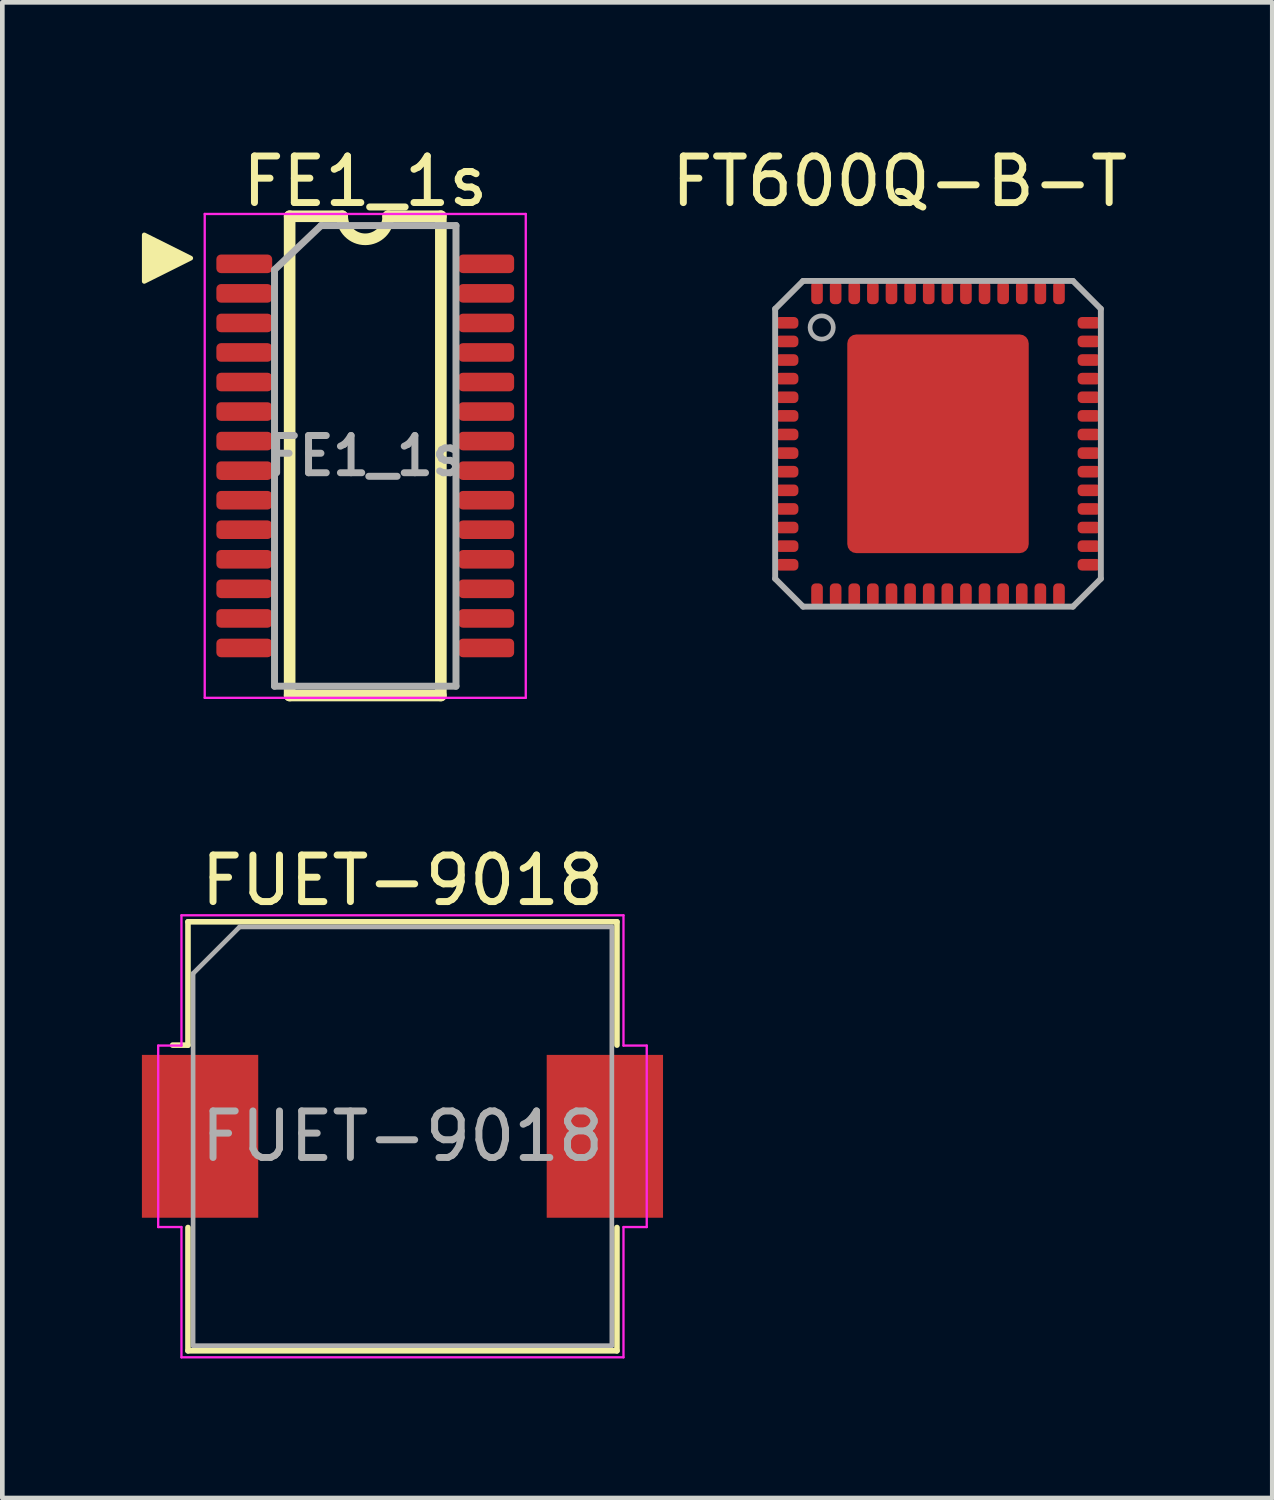
<source format=kicad_pcb>
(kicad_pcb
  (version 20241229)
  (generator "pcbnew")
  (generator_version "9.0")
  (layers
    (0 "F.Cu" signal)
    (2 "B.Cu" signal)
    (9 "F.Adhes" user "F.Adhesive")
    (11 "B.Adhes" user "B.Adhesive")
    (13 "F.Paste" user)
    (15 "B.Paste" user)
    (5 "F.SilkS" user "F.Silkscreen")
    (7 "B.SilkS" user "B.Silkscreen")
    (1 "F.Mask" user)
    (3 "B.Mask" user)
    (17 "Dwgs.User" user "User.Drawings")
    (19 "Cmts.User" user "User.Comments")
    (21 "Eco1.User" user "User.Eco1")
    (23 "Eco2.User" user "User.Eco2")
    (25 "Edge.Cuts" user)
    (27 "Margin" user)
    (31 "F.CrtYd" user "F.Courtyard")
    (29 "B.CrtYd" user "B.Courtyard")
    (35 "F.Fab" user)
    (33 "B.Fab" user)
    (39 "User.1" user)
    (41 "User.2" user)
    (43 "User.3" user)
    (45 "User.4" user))
  (footprint "FUET-9018"
    (layer "F.Cu")
    (at 5.6 21.372)
    (property "Reference" "FUET-9018" (at 0 -5.5 0) (layer "F.SilkS") (effects (font (size 1 1) (thickness 0.15))))
    (attr smd)
    (fp_line (start -4.61 -4.61) (end 4.61 -4.61) (stroke (width 0.12) (type solid)) (layer "F.SilkS"))
    (fp_line (start -4.61 -1.96) (end -4.94 -1.96) (stroke (width 0.12) (type solid)) (layer "F.SilkS"))
    (fp_line (start -4.61 -1.96) (end -4.61 -4.61) (stroke (width 0.12) (type solid)) (layer "F.SilkS"))
    (fp_line (start -4.61 4.61) (end -4.61 1.96) (stroke (width 0.12) (type solid)) (layer "F.SilkS"))
    (fp_line (start 4.61 -4.61) (end 4.61 -1.96) (stroke (width 0.12) (type solid)) (layer "F.SilkS"))
    (fp_line (start 4.61 1.96) (end 4.61 4.61) (stroke (width 0.12) (type solid)) (layer "F.SilkS"))
    (fp_line (start 4.61 4.61) (end -4.61 4.61) (stroke (width 0.12) (type solid)) (layer "F.SilkS"))
    (fp_line (start -5.25 1.95) (end -5.25 -1.95) (stroke (width 0.05) (type solid)) (layer "F.CrtYd"))
    (fp_line (start -4.75 -4.75) (end 4.75 -4.75) (stroke (width 0.05) (type solid)) (layer "F.CrtYd"))
    (fp_line (start -4.75 -1.95) (end -5.25 -1.95) (stroke (width 0.05) (type solid)) (layer "F.CrtYd"))
    (fp_line (start -4.75 -1.95) (end -4.75 -4.75) (stroke (width 0.05) (type solid)) (layer "F.CrtYd"))
    (fp_line (start -4.75 1.95) (end -5.25 1.95) (stroke (width 0.05) (type solid)) (layer "F.CrtYd"))
    (fp_line (start -4.75 4.75) (end -4.75 1.95) (stroke (width 0.05) (type solid)) (layer "F.CrtYd"))
    (fp_line (start 4.75 -1.95) (end 4.75 -4.75) (stroke (width 0.05) (type solid)) (layer "F.CrtYd"))
    (fp_line (start 4.75 -1.95) (end 5.25 -1.95) (stroke (width 0.05) (type solid)) (layer "F.CrtYd"))
    (fp_line (start 4.75 1.95) (end 5.25 1.95) (stroke (width 0.05) (type solid)) (layer "F.CrtYd"))
    (fp_line (start 4.75 4.75) (end -4.75 4.75) (stroke (width 0.05) (type solid)) (layer "F.CrtYd"))
    (fp_line (start 4.75 4.75) (end 4.75 1.95) (stroke (width 0.05) (type solid)) (layer "F.CrtYd"))
    (fp_line (start 5.25 1.95) (end 5.25 -1.95) (stroke (width 0.05) (type solid)) (layer "F.CrtYd"))
    (fp_line (start -4.5 -3.5) (end -3.5 -4.5) (stroke (width 0.1) (type solid)) (layer "F.Fab"))
    (fp_line (start -4.5 4.5) (end -4.5 -3.5) (stroke (width 0.1) (type solid)) (layer "F.Fab"))
    (fp_line (start -3.5 -4.5) (end 4.5 -4.5) (stroke (width 0.1) (type solid)) (layer "F.Fab"))
    (fp_line (start 4.5 -4.5) (end 4.5 4.5) (stroke (width 0.1) (type solid)) (layer "F.Fab"))
    (fp_line (start 4.5 4.5) (end -4.5 4.5) (stroke (width 0.1) (type solid)) (layer "F.Fab"))
    (fp_text user "${REFERENCE}" (at 0 0 0) (layer "F.Fab") (effects (font (size 1 1) (thickness 0.15))))
    (pad "1" smd rect (at -4.35 0) (size 2.5 3.5) (layers "F.Cu" "F.Mask" "F.Paste"))
    (pad "2" smd rect (at 4.35 0) (size 2.5 3.5) (layers "F.Cu" "F.Mask" "F.Paste")))
  (footprint "FT600Q-B-T"
    (layer "F.Cu")
    (at 17.11 6.488)
    (property "Reference" "FT600Q-B-T" (at -0.826 -5.639 0) (layer "F.SilkS") (effects (font (size 1.001 1.001) (thickness 0.15))))
    (attr smd)
    (fp_line (start -3.5 -2.9) (end -3.5 2.9) (stroke (width 0.127) (type solid)) (layer "F.Fab"))
    (fp_line (start -3.5 2.9) (end -2.9 3.5) (stroke (width 0.127) (type solid)) (layer "F.Fab"))
    (fp_line (start -2.9 -3.5) (end -3.5 -2.9) (stroke (width 0.127) (type solid)) (layer "F.Fab"))
    (fp_line (start -2.9 3.5) (end 2.9 3.5) (stroke (width 0.127) (type solid)) (layer "F.Fab"))
    (fp_line (start 2.9 -3.5) (end -2.9 -3.5) (stroke (width 0.127) (type solid)) (layer "F.Fab"))
    (fp_line (start 2.9 -3.5) (end 3.5 -2.9) (stroke (width 0.127) (type solid)) (layer "F.Fab"))
    (fp_line (start 3.5 2.9) (end 2.9 3.5) (stroke (width 0.127) (type solid)) (layer "F.Fab"))
    (fp_line (start 3.5 2.9) (end 3.5 -2.9) (stroke (width 0.127) (type solid)) (layer "F.Fab"))
    (fp_circle (center -2.5 -2.5) (end -2.25 -2.5) (stroke (width 0.1) (type solid)) (fill no) (layer "F.Fab"))
    (pad "1" smd roundrect (at -3.25 -2.6) (size 0.5 0.25) (layers "F.Cu" "F.Mask" "F.Paste") (roundrect_rratio 0.375))
    (pad "2" smd roundrect (at -3.25 -2.2) (size 0.5 0.25) (layers "F.Cu" "F.Mask" "F.Paste") (roundrect_rratio 0.375))
    (pad "3" smd roundrect (at -3.25 -1.8) (size 0.5 0.25) (layers "F.Cu" "F.Mask" "F.Paste") (roundrect_rratio 0.375))
    (pad "4" smd roundrect (at -3.25 -1.4) (size 0.5 0.25) (layers "F.Cu" "F.Mask" "F.Paste") (roundrect_rratio 0.375))
    (pad "5" smd roundrect (at -3.25 -1) (size 0.5 0.25) (layers "F.Cu" "F.Mask" "F.Paste") (roundrect_rratio 0.375))
    (pad "6" smd roundrect (at -3.25 -0.6) (size 0.5 0.25) (layers "F.Cu" "F.Mask" "F.Paste") (roundrect_rratio 0.375))
    (pad "7" smd roundrect (at -3.25 -0.2) (size 0.5 0.25) (layers "F.Cu" "F.Mask" "F.Paste") (roundrect_rratio 0.375))
    (pad "8" smd roundrect (at -3.25 0.2) (size 0.5 0.25) (layers "F.Cu" "F.Mask" "F.Paste") (roundrect_rratio 0.375))
    (pad "9" smd roundrect (at -3.25 0.6) (size 0.5 0.25) (layers "F.Cu" "F.Mask" "F.Paste") (roundrect_rratio 0.375))
    (pad "10" smd roundrect (at -3.25 1) (size 0.5 0.25) (layers "F.Cu" "F.Mask" "F.Paste") (roundrect_rratio 0.375))
    (pad "11" smd roundrect (at -3.25 1.4) (size 0.5 0.25) (layers "F.Cu" "F.Mask" "F.Paste") (roundrect_rratio 0.375))
    (pad "12" smd roundrect (at -3.25 1.8) (size 0.5 0.25) (layers "F.Cu" "F.Mask" "F.Paste") (roundrect_rratio 0.375))
    (pad "13" smd roundrect (at -3.25 2.2) (size 0.5 0.25) (layers "F.Cu" "F.Mask" "F.Paste") (roundrect_rratio 0.375))
    (pad "14" smd roundrect (at -3.25 2.6) (size 0.5 0.25) (layers "F.Cu" "F.Mask" "F.Paste") (roundrect_rratio 0.375))
    (pad "15" smd roundrect (at -2.6 3.25 90) (size 0.5 0.25) (layers "F.Cu" "F.Mask" "F.Paste") (roundrect_rratio 0.375))
    (pad "16" smd roundrect (at -2.2 3.25 90) (size 0.5 0.25) (layers "F.Cu" "F.Mask" "F.Paste") (roundrect_rratio 0.375))
    (pad "17" smd roundrect (at -1.8 3.25 90) (size 0.5 0.25) (layers "F.Cu" "F.Mask" "F.Paste") (roundrect_rratio 0.375))
    (pad "18" smd roundrect (at -1.4 3.25 90) (size 0.5 0.25) (layers "F.Cu" "F.Mask" "F.Paste") (roundrect_rratio 0.375))
    (pad "19" smd roundrect (at -1 3.25 90) (size 0.5 0.25) (layers "F.Cu" "F.Mask" "F.Paste") (roundrect_rratio 0.375))
    (pad "20" smd roundrect (at -0.6 3.25 90) (size 0.5 0.25) (layers "F.Cu" "F.Mask" "F.Paste") (roundrect_rratio 0.375))
    (pad "21" smd roundrect (at -0.2 3.25 90) (size 0.5 0.25) (layers "F.Cu" "F.Mask" "F.Paste") (roundrect_rratio 0.375))
    (pad "22" smd roundrect (at 0.2 3.25 90) (size 0.5 0.25) (layers "F.Cu" "F.Mask" "F.Paste") (roundrect_rratio 0.375))
    (pad "23" smd roundrect (at 0.6 3.25 90) (size 0.5 0.25) (layers "F.Cu" "F.Mask" "F.Paste") (roundrect_rratio 0.375))
    (pad "24" smd roundrect (at 1 3.25 90) (size 0.5 0.25) (layers "F.Cu" "F.Mask" "F.Paste") (roundrect_rratio 0.375))
    (pad "25" smd roundrect (at 1.4 3.25 90) (size 0.5 0.25) (layers "F.Cu" "F.Mask" "F.Paste") (roundrect_rratio 0.375))
    (pad "26" smd roundrect (at 1.8 3.25 90) (size 0.5 0.25) (layers "F.Cu" "F.Mask" "F.Paste") (roundrect_rratio 0.375))
    (pad "27" smd roundrect (at 2.2 3.25 90) (size 0.5 0.25) (layers "F.Cu" "F.Mask" "F.Paste") (roundrect_rratio 0.375))
    (pad "28" smd roundrect (at 2.6 3.25 90) (size 0.5 0.25) (layers "F.Cu" "F.Mask" "F.Paste") (roundrect_rratio 0.375))
    (pad "29" smd roundrect (at 3.25 2.6 180) (size 0.5 0.25) (layers "F.Cu" "F.Mask" "F.Paste") (roundrect_rratio 0.375))
    (pad "30" smd roundrect (at 3.25 2.2 180) (size 0.5 0.25) (layers "F.Cu" "F.Mask" "F.Paste") (roundrect_rratio 0.375))
    (pad "31" smd roundrect (at 3.25 1.8 180) (size 0.5 0.25) (layers "F.Cu" "F.Mask" "F.Paste") (roundrect_rratio 0.375))
    (pad "32" smd roundrect (at 3.25 1.4 180) (size 0.5 0.25) (layers "F.Cu" "F.Mask" "F.Paste") (roundrect_rratio 0.375))
    (pad "33" smd roundrect (at 3.25 1 180) (size 0.5 0.25) (layers "F.Cu" "F.Mask" "F.Paste") (roundrect_rratio 0.375))
    (pad "34" smd roundrect (at 3.25 0.6 180) (size 0.5 0.25) (layers "F.Cu" "F.Mask" "F.Paste") (roundrect_rratio 0.375))
    (pad "35" smd roundrect (at 3.25 0.2 180) (size 0.5 0.25) (layers "F.Cu" "F.Mask" "F.Paste") (roundrect_rratio 0.375))
    (pad "36" smd roundrect (at 3.25 -0.2 180) (size 0.5 0.25) (layers "F.Cu" "F.Mask" "F.Paste") (roundrect_rratio 0.375))
    (pad "37" smd roundrect (at 3.25 -0.6 180) (size 0.5 0.25) (layers "F.Cu" "F.Mask" "F.Paste") (roundrect_rratio 0.375))
    (pad "38" smd roundrect (at 3.25 -1 180) (size 0.5 0.25) (layers "F.Cu" "F.Mask" "F.Paste") (roundrect_rratio 0.375))
    (pad "39" smd roundrect (at 3.25 -1.4 180) (size 0.5 0.25) (layers "F.Cu" "F.Mask" "F.Paste") (roundrect_rratio 0.375))
    (pad "40" smd roundrect (at 3.25 -1.8 180) (size 0.5 0.25) (layers "F.Cu" "F.Mask" "F.Paste") (roundrect_rratio 0.375))
    (pad "41" smd roundrect (at 3.25 -2.2 180) (size 0.5 0.25) (layers "F.Cu" "F.Mask" "F.Paste") (roundrect_rratio 0.375))
    (pad "42" smd roundrect (at 3.25 -2.6 180) (size 0.5 0.25) (layers "F.Cu" "F.Mask" "F.Paste") (roundrect_rratio 0.375))
    (pad "43" smd roundrect (at 2.6 -3.25 270) (size 0.5 0.25) (layers "F.Cu" "F.Mask" "F.Paste") (roundrect_rratio 0.375))
    (pad "44" smd roundrect (at 2.2 -3.25 270) (size 0.5 0.25) (layers "F.Cu" "F.Mask" "F.Paste") (roundrect_rratio 0.375))
    (pad "45" smd roundrect (at 1.8 -3.25 270) (size 0.5 0.25) (layers "F.Cu" "F.Mask" "F.Paste") (roundrect_rratio 0.375))
    (pad "46" smd roundrect (at 1.4 -3.25 270) (size 0.5 0.25) (layers "F.Cu" "F.Mask" "F.Paste") (roundrect_rratio 0.375))
    (pad "47" smd roundrect (at 1 -3.25 270) (size 0.5 0.25) (layers "F.Cu" "F.Mask" "F.Paste") (roundrect_rratio 0.375))
    (pad "48" smd roundrect (at 0.6 -3.25 270) (size 0.5 0.25) (layers "F.Cu" "F.Mask" "F.Paste") (roundrect_rratio 0.375))
    (pad "49" smd roundrect (at 0.2 -3.25 270) (size 0.5 0.25) (layers "F.Cu" "F.Mask" "F.Paste") (roundrect_rratio 0.375))
    (pad "50" smd roundrect (at -0.2 -3.25 270) (size 0.5 0.25) (layers "F.Cu" "F.Mask" "F.Paste") (roundrect_rratio 0.375))
    (pad "51" smd roundrect (at -0.6 -3.25 270) (size 0.5 0.25) (layers "F.Cu" "F.Mask" "F.Paste") (roundrect_rratio 0.375))
    (pad "52" smd roundrect (at -1 -3.25 270) (size 0.5 0.25) (layers "F.Cu" "F.Mask" "F.Paste") (roundrect_rratio 0.375))
    (pad "53" smd roundrect (at -1.4 -3.25 270) (size 0.5 0.25) (layers "F.Cu" "F.Mask" "F.Paste") (roundrect_rratio 0.375))
    (pad "54" smd roundrect (at -1.8 -3.25 270) (size 0.5 0.25) (layers "F.Cu" "F.Mask" "F.Paste") (roundrect_rratio 0.375))
    (pad "55" smd roundrect (at -2.2 -3.25 270) (size 0.5 0.25) (layers "F.Cu" "F.Mask" "F.Paste") (roundrect_rratio 0.375))
    (pad "56" smd roundrect (at -2.6 -3.25 270) (size 0.5 0.25) (layers "F.Cu" "F.Mask" "F.Paste") (roundrect_rratio 0.375))
    (pad "PAD" smd roundrect (at 0 0) (size 3.9 4.7) (layers "F.Cu" "F.Mask" "F.Paste") (roundrect_rratio 0.05)))
  (footprint "FE1_1s"
    (layer "F.Cu")
    (at 4.8 6.748)
    (property "Reference" "FE1_1s" (at 0 -5.9 0) (layer "F.SilkS") (effects (font (size 1 1) (thickness 0.15))))
    (attr smd)
    (fp_line (start -1.625 -5.15) (end -1.625 5.15) (stroke (width 0.25) (type solid)) (layer "F.SilkS"))
    (fp_line (start -1.625 5.15) (end 1.625 5.15) (stroke (width 0.25) (type solid)) (layer "F.SilkS"))
    (fp_line (start -0.495 -5.15) (end -1.625 -5.15) (stroke (width 0.25) (type solid)) (layer "F.SilkS"))
    (fp_line (start 1.625 -5.15) (end 0.49 -5.15) (stroke (width 0.25) (type solid)) (layer "F.SilkS"))
    (fp_line (start 1.625 5.15) (end 1.625 -5.15) (stroke (width 0.25) (type solid)) (layer "F.SilkS"))
    (fp_arc (start 0.495403 -5.15) (mid 0 -4.654597) (end -0.495403 -5.15) (stroke (width 0.25) (type solid)) (layer "F.SilkS"))
    (fp_poly (pts (xy -3.75 -4.25) (xy -4.75 -3.75) (xy -4.75 -4.75)) (stroke (width 0.1) (type solid)) (fill yes) (layer "F.SilkS"))
    (fp_line (start -3.45 -5.2) (end -3.45 5.2) (stroke (width 0.05) (type solid)) (layer "F.CrtYd"))
    (fp_line (start -3.45 -5.2) (end 3.45 -5.2) (stroke (width 0.05) (type solid)) (layer "F.CrtYd"))
    (fp_line (start -3.45 5.2) (end 3.45 5.2) (stroke (width 0.05) (type solid)) (layer "F.CrtYd"))
    (fp_line (start 3.45 -5.2) (end 3.45 5.2) (stroke (width 0.05) (type solid)) (layer "F.CrtYd"))
    (fp_line (start -1.95 -4) (end -0.95 -4.95) (stroke (width 0.15) (type solid)) (layer "F.Fab"))
    (fp_line (start -1.95 4.95) (end -1.95 -4) (stroke (width 0.15) (type solid)) (layer "F.Fab"))
    (fp_line (start -0.95 -4.95) (end 1.95 -4.95) (stroke (width 0.15) (type solid)) (layer "F.Fab"))
    (fp_line (start 1.95 -4.95) (end 1.95 4.95) (stroke (width 0.15) (type solid)) (layer "F.Fab"))
    (fp_line (start 1.95 4.95) (end -1.95 4.95) (stroke (width 0.15) (type solid)) (layer "F.Fab"))
    (fp_text user "${REFERENCE}" (at 0 0 0) (layer "F.Fab") (effects (font (size 0.8 0.8) (thickness 0.15))))
    (pad "1" smd roundrect (at -2.6 -4.128) (size 1.2 0.4) (layers "F.Cu" "F.Mask" "F.Paste") (roundrect_rratio 0.25))
    (pad "2" smd roundrect (at -2.6 -3.493) (size 1.2 0.4) (layers "F.Cu" "F.Mask" "F.Paste") (roundrect_rratio 0.25))
    (pad "3" smd roundrect (at -2.6 -2.857) (size 1.2 0.4) (layers "F.Cu" "F.Mask" "F.Paste") (roundrect_rratio 0.25))
    (pad "4" smd roundrect (at -2.6 -2.223) (size 1.2 0.4) (layers "F.Cu" "F.Mask" "F.Paste") (roundrect_rratio 0.25))
    (pad "5" smd roundrect (at -2.6 -1.587) (size 1.2 0.4) (layers "F.Cu" "F.Mask" "F.Paste") (roundrect_rratio 0.25))
    (pad "6" smd roundrect (at -2.6 -0.953) (size 1.2 0.4) (layers "F.Cu" "F.Mask" "F.Paste") (roundrect_rratio 0.25))
    (pad "7" smd roundrect (at -2.6 -0.318) (size 1.2 0.4) (layers "F.Cu" "F.Mask" "F.Paste") (roundrect_rratio 0.25))
    (pad "8" smd roundrect (at -2.6 0.318) (size 1.2 0.4) (layers "F.Cu" "F.Mask" "F.Paste") (roundrect_rratio 0.25))
    (pad "9" smd roundrect (at -2.6 0.953) (size 1.2 0.4) (layers "F.Cu" "F.Mask" "F.Paste") (roundrect_rratio 0.25))
    (pad "10" smd roundrect (at -2.6 1.587) (size 1.2 0.4) (layers "F.Cu" "F.Mask" "F.Paste") (roundrect_rratio 0.25))
    (pad "11" smd roundrect (at -2.6 2.223) (size 1.2 0.4) (layers "F.Cu" "F.Mask" "F.Paste") (roundrect_rratio 0.25))
    (pad "12" smd roundrect (at -2.6 2.857) (size 1.2 0.4) (layers "F.Cu" "F.Mask" "F.Paste") (roundrect_rratio 0.25))
    (pad "13" smd roundrect (at -2.6 3.493) (size 1.2 0.4) (layers "F.Cu" "F.Mask" "F.Paste") (roundrect_rratio 0.25))
    (pad "14" smd roundrect (at -2.6 4.128) (size 1.2 0.4) (layers "F.Cu" "F.Mask" "F.Paste") (roundrect_rratio 0.25))
    (pad "15" smd roundrect (at 2.6 4.128) (size 1.2 0.4) (layers "F.Cu" "F.Mask" "F.Paste") (roundrect_rratio 0.25))
    (pad "16" smd roundrect (at 2.6 3.493) (size 1.2 0.4) (layers "F.Cu" "F.Mask" "F.Paste") (roundrect_rratio 0.25))
    (pad "17" smd roundrect (at 2.6 2.857) (size 1.2 0.4) (layers "F.Cu" "F.Mask" "F.Paste") (roundrect_rratio 0.25))
    (pad "18" smd roundrect (at 2.6 2.223) (size 1.2 0.4) (layers "F.Cu" "F.Mask" "F.Paste") (roundrect_rratio 0.25))
    (pad "19" smd roundrect (at 2.6 1.587) (size 1.2 0.4) (layers "F.Cu" "F.Mask" "F.Paste") (roundrect_rratio 0.25))
    (pad "20" smd roundrect (at 2.6 0.953) (size 1.2 0.4) (layers "F.Cu" "F.Mask" "F.Paste") (roundrect_rratio 0.25))
    (pad "21" smd roundrect (at 2.6 0.318) (size 1.2 0.4) (layers "F.Cu" "F.Mask" "F.Paste") (roundrect_rratio 0.25))
    (pad "22" smd roundrect (at 2.6 -0.318) (size 1.2 0.4) (layers "F.Cu" "F.Mask" "F.Paste") (roundrect_rratio 0.25))
    (pad "23" smd roundrect (at 2.6 -0.953) (size 1.2 0.4) (layers "F.Cu" "F.Mask" "F.Paste") (roundrect_rratio 0.25))
    (pad "24" smd roundrect (at 2.6 -1.587) (size 1.2 0.4) (layers "F.Cu" "F.Mask" "F.Paste") (roundrect_rratio 0.25))
    (pad "25" smd roundrect (at 2.6 -2.223) (size 1.2 0.4) (layers "F.Cu" "F.Mask" "F.Paste") (roundrect_rratio 0.25))
    (pad "26" smd roundrect (at 2.6 -2.857) (size 1.2 0.4) (layers "F.Cu" "F.Mask" "F.Paste") (roundrect_rratio 0.25))
    (pad "27" smd roundrect (at 2.6 -3.493) (size 1.2 0.4) (layers "F.Cu" "F.Mask" "F.Paste") (roundrect_rratio 0.25))
    (pad "28" smd roundrect (at 2.6 -4.128) (size 1.2 0.4) (layers "F.Cu" "F.Mask" "F.Paste") (roundrect_rratio 0.25)))
  (gr_rect
    (start -3 -3)
    (end 24.294 29.146)
    (stroke (width 0.1) (type default))
    (fill no)
    (layer "Edge.Cuts")))
</source>
